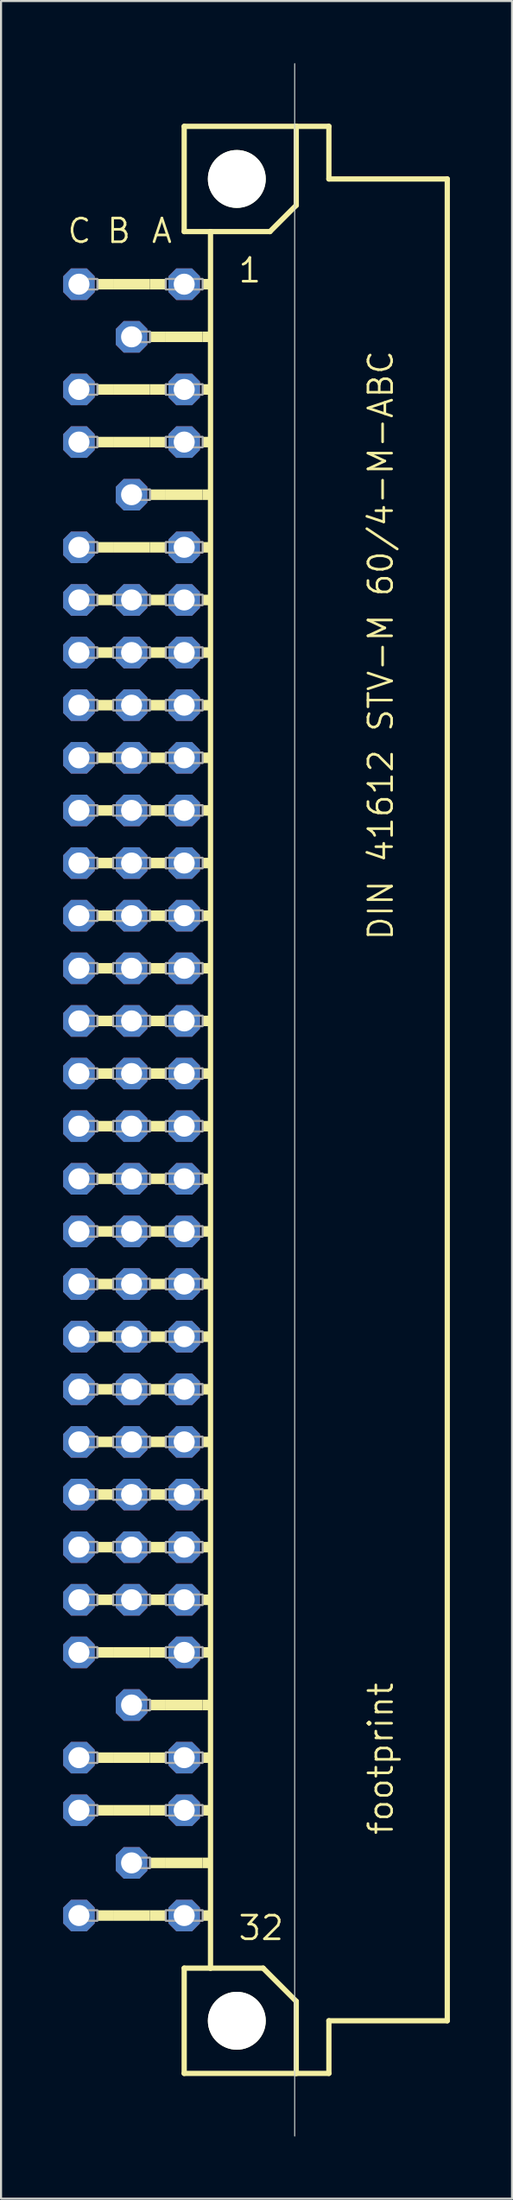
<source format=kicad_pcb>
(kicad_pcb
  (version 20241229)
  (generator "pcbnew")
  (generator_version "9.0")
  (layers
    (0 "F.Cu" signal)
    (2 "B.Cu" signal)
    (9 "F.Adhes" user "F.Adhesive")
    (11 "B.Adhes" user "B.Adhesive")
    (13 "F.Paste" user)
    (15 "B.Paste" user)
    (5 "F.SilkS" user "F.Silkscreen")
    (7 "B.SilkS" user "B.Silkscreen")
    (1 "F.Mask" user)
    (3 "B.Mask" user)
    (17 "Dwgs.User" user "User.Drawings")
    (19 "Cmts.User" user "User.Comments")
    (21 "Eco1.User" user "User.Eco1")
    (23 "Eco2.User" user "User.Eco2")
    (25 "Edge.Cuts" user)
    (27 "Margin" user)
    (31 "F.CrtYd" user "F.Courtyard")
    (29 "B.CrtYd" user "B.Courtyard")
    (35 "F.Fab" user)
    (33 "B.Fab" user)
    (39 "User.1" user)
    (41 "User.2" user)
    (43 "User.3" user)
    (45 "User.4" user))
  (footprint "footprint"
    (layer "F.Cu")
    (at 8.382 50.038)
    (property "Reference" "footprint" (at 7.62 35.56 90) (layer "F.SilkS") (effects (font (size 1.143 1.143) (thickness 0.127)) (justify left bottom)))
    (fp_line (start -2.54 -46.99) (end -2.54 -41.91) (stroke (width 0.254) (type solid)) (layer "F.SilkS"))
    (fp_line (start -2.54 -41.91) (end -1.27 -41.91) (stroke (width 0.254) (type solid)) (layer "F.SilkS"))
    (fp_line (start -2.54 41.91) (end -2.54 46.99) (stroke (width 0.254) (type solid)) (layer "F.SilkS"))
    (fp_line (start -2.54 41.91) (end -1.27 41.91) (stroke (width 0.254) (type solid)) (layer "F.SilkS"))
    (fp_line (start -2.54 46.99) (end 2.87 46.99) (stroke (width 0.254) (type solid)) (layer "F.SilkS"))
    (fp_line (start -1.27 -41.91) (end -1.27 41.91) (stroke (width 0.254) (type solid)) (layer "F.SilkS"))
    (fp_line (start -1.27 -41.91) (end 1.6 -41.91) (stroke (width 0.254) (type solid)) (layer "F.SilkS"))
    (fp_line (start -1.27 41.91) (end 1.27 41.91) (stroke (width 0.254) (type solid)) (layer "F.SilkS"))
    (fp_line (start 1.6 -41.91) (end 2.87 -43.18) (stroke (width 0.254) (type solid)) (layer "F.SilkS"))
    (fp_line (start 2.87 -46.99) (end -2.54 -46.99) (stroke (width 0.254) (type solid)) (layer "F.SilkS"))
    (fp_line (start 2.87 -43.18) (end 2.87 -46.99) (stroke (width 0.254) (type solid)) (layer "F.SilkS"))
    (fp_line (start 2.87 43.51) (end 1.27 41.91) (stroke (width 0.254) (type solid)) (layer "F.SilkS"))
    (fp_line (start 2.87 43.51) (end 2.87 46.99) (stroke (width 0.254) (type solid)) (layer "F.SilkS"))
    (fp_line (start 2.87 46.99) (end 4.445 46.99) (stroke (width 0.254) (type solid)) (layer "F.SilkS"))
    (fp_line (start 4.445 -46.99) (end 2.87 -46.99) (stroke (width 0.254) (type solid)) (layer "F.SilkS"))
    (fp_line (start 4.445 -44.45) (end 4.445 -46.99) (stroke (width 0.254) (type solid)) (layer "F.SilkS"))
    (fp_line (start 4.445 44.45) (end 10.16 44.45) (stroke (width 0.254) (type solid)) (layer "F.SilkS"))
    (fp_line (start 4.445 46.99) (end 4.445 44.45) (stroke (width 0.254) (type solid)) (layer "F.SilkS"))
    (fp_line (start 10.16 -44.45) (end 4.445 -44.45) (stroke (width 0.254) (type solid)) (layer "F.SilkS"))
    (fp_line (start 10.16 44.45) (end 10.16 -44.45) (stroke (width 0.254) (type solid)) (layer "F.SilkS"))
    (fp_circle (center 0 -44.45) (end 1.27 -44.45) (stroke (width 0.254) (type solid)) (fill no) (layer "F.SilkS"))
    (fp_circle (center 0 44.45) (end 1.27 44.45) (stroke (width 0.254) (type solid)) (fill no) (layer "F.SilkS"))
    (fp_poly (pts (xy -6.731 -39.116) (xy -5.969 -39.116) (xy -5.969 -39.624) (xy -6.731 -39.624)) (stroke (width 0) (type solid)) (fill yes) (layer "F.SilkS"))
    (fp_poly (pts (xy -6.731 -34.036) (xy -5.969 -34.036) (xy -5.969 -34.544) (xy -6.731 -34.544)) (stroke (width 0) (type solid)) (fill yes) (layer "F.SilkS"))
    (fp_poly (pts (xy -6.731 -31.496) (xy -5.969 -31.496) (xy -5.969 -32.004) (xy -6.731 -32.004)) (stroke (width 0) (type solid)) (fill yes) (layer "F.SilkS"))
    (fp_poly (pts (xy -6.731 -26.416) (xy -5.969 -26.416) (xy -5.969 -26.924) (xy -6.731 -26.924)) (stroke (width 0) (type solid)) (fill yes) (layer "F.SilkS"))
    (fp_poly (pts (xy -6.731 -23.876) (xy -5.969 -23.876) (xy -5.969 -24.384) (xy -6.731 -24.384)) (stroke (width 0) (type solid)) (fill yes) (layer "F.SilkS"))
    (fp_poly (pts (xy -6.731 -21.336) (xy -5.969 -21.336) (xy -5.969 -21.844) (xy -6.731 -21.844)) (stroke (width 0) (type solid)) (fill yes) (layer "F.SilkS"))
    (fp_poly (pts (xy -6.731 -18.796) (xy -5.969 -18.796) (xy -5.969 -19.304) (xy -6.731 -19.304)) (stroke (width 0) (type solid)) (fill yes) (layer "F.SilkS"))
    (fp_poly (pts (xy -6.731 -16.256) (xy -5.969 -16.256) (xy -5.969 -16.764) (xy -6.731 -16.764)) (stroke (width 0) (type solid)) (fill yes) (layer "F.SilkS"))
    (fp_poly (pts (xy -6.731 -13.716) (xy -5.969 -13.716) (xy -5.969 -14.224) (xy -6.731 -14.224)) (stroke (width 0) (type solid)) (fill yes) (layer "F.SilkS"))
    (fp_poly (pts (xy -6.731 -11.176) (xy -5.969 -11.176) (xy -5.969 -11.684) (xy -6.731 -11.684)) (stroke (width 0) (type solid)) (fill yes) (layer "F.SilkS"))
    (fp_poly (pts (xy -6.731 -8.636) (xy -5.969 -8.636) (xy -5.969 -9.144) (xy -6.731 -9.144)) (stroke (width 0) (type solid)) (fill yes) (layer "F.SilkS"))
    (fp_poly (pts (xy -6.731 -6.096) (xy -5.969 -6.096) (xy -5.969 -6.604) (xy -6.731 -6.604)) (stroke (width 0) (type solid)) (fill yes) (layer "F.SilkS"))
    (fp_poly (pts (xy -6.731 -3.556) (xy -5.969 -3.556) (xy -5.969 -4.064) (xy -6.731 -4.064)) (stroke (width 0) (type solid)) (fill yes) (layer "F.SilkS"))
    (fp_poly (pts (xy -6.731 -1.016) (xy -5.969 -1.016) (xy -5.969 -1.524) (xy -6.731 -1.524)) (stroke (width 0) (type solid)) (fill yes) (layer "F.SilkS"))
    (fp_poly (pts (xy -6.731 1.524) (xy -5.969 1.524) (xy -5.969 1.016) (xy -6.731 1.016)) (stroke (width 0) (type solid)) (fill yes) (layer "F.SilkS"))
    (fp_poly (pts (xy -6.731 4.064) (xy -5.969 4.064) (xy -5.969 3.556) (xy -6.731 3.556)) (stroke (width 0) (type solid)) (fill yes) (layer "F.SilkS"))
    (fp_poly (pts (xy -6.731 6.604) (xy -5.969 6.604) (xy -5.969 6.096) (xy -6.731 6.096)) (stroke (width 0) (type solid)) (fill yes) (layer "F.SilkS"))
    (fp_poly (pts (xy -6.731 9.144) (xy -5.969 9.144) (xy -5.969 8.636) (xy -6.731 8.636)) (stroke (width 0) (type solid)) (fill yes) (layer "F.SilkS"))
    (fp_poly (pts (xy -6.731 11.684) (xy -5.969 11.684) (xy -5.969 11.176) (xy -6.731 11.176)) (stroke (width 0) (type solid)) (fill yes) (layer "F.SilkS"))
    (fp_poly (pts (xy -6.731 14.224) (xy -5.969 14.224) (xy -5.969 13.716) (xy -6.731 13.716)) (stroke (width 0) (type solid)) (fill yes) (layer "F.SilkS"))
    (fp_poly (pts (xy -6.731 16.764) (xy -5.969 16.764) (xy -5.969 16.256) (xy -6.731 16.256)) (stroke (width 0) (type solid)) (fill yes) (layer "F.SilkS"))
    (fp_poly (pts (xy -6.731 19.304) (xy -5.969 19.304) (xy -5.969 18.796) (xy -6.731 18.796)) (stroke (width 0) (type solid)) (fill yes) (layer "F.SilkS"))
    (fp_poly (pts (xy -6.731 21.844) (xy -5.969 21.844) (xy -5.969 21.336) (xy -6.731 21.336)) (stroke (width 0) (type solid)) (fill yes) (layer "F.SilkS"))
    (fp_poly (pts (xy -6.731 24.384) (xy -5.969 24.384) (xy -5.969 23.876) (xy -6.731 23.876)) (stroke (width 0) (type solid)) (fill yes) (layer "F.SilkS"))
    (fp_poly (pts (xy -6.731 26.924) (xy -5.969 26.924) (xy -5.969 26.416) (xy -6.731 26.416)) (stroke (width 0) (type solid)) (fill yes) (layer "F.SilkS"))
    (fp_poly (pts (xy -6.731 32.004) (xy -5.969 32.004) (xy -5.969 31.496) (xy -6.731 31.496)) (stroke (width 0) (type solid)) (fill yes) (layer "F.SilkS"))
    (fp_poly (pts (xy -6.731 34.544) (xy -5.969 34.544) (xy -5.969 34.036) (xy -6.731 34.036)) (stroke (width 0) (type solid)) (fill yes) (layer "F.SilkS"))
    (fp_poly (pts (xy -6.731 39.624) (xy -5.969 39.624) (xy -5.969 39.116) (xy -6.731 39.116)) (stroke (width 0) (type solid)) (fill yes) (layer "F.SilkS"))
    (fp_poly (pts (xy -5.969 -39.116) (xy -4.191 -39.116) (xy -4.191 -39.624) (xy -5.969 -39.624)) (stroke (width 0) (type solid)) (fill yes) (layer "F.SilkS"))
    (fp_poly (pts (xy -5.969 -34.036) (xy -4.191 -34.036) (xy -4.191 -34.544) (xy -5.969 -34.544)) (stroke (width 0) (type solid)) (fill yes) (layer "F.SilkS"))
    (fp_poly (pts (xy -5.969 -31.496) (xy -4.191 -31.496) (xy -4.191 -32.004) (xy -5.969 -32.004)) (stroke (width 0) (type solid)) (fill yes) (layer "F.SilkS"))
    (fp_poly (pts (xy -5.969 -26.416) (xy -4.191 -26.416) (xy -4.191 -26.924) (xy -5.969 -26.924)) (stroke (width 0) (type solid)) (fill yes) (layer "F.SilkS"))
    (fp_poly (pts (xy -5.969 26.924) (xy -4.191 26.924) (xy -4.191 26.416) (xy -5.969 26.416)) (stroke (width 0) (type solid)) (fill yes) (layer "F.SilkS"))
    (fp_poly (pts (xy -5.969 32.004) (xy -4.191 32.004) (xy -4.191 31.496) (xy -5.969 31.496)) (stroke (width 0) (type solid)) (fill yes) (layer "F.SilkS"))
    (fp_poly (pts (xy -5.969 34.544) (xy -4.191 34.544) (xy -4.191 34.036) (xy -5.969 34.036)) (stroke (width 0) (type solid)) (fill yes) (layer "F.SilkS"))
    (fp_poly (pts (xy -5.969 39.624) (xy -4.191 39.624) (xy -4.191 39.116) (xy -5.969 39.116)) (stroke (width 0) (type solid)) (fill yes) (layer "F.SilkS"))
    (fp_poly (pts (xy -4.191 -39.116) (xy -3.429 -39.116) (xy -3.429 -39.624) (xy -4.191 -39.624)) (stroke (width 0) (type solid)) (fill yes) (layer "F.SilkS"))
    (fp_poly (pts (xy -4.191 -36.576) (xy -3.429 -36.576) (xy -3.429 -37.084) (xy -4.191 -37.084)) (stroke (width 0) (type solid)) (fill yes) (layer "F.SilkS"))
    (fp_poly (pts (xy -4.191 -34.036) (xy -3.429 -34.036) (xy -3.429 -34.544) (xy -4.191 -34.544)) (stroke (width 0) (type solid)) (fill yes) (layer "F.SilkS"))
    (fp_poly (pts (xy -4.191 -31.496) (xy -3.429 -31.496) (xy -3.429 -32.004) (xy -4.191 -32.004)) (stroke (width 0) (type solid)) (fill yes) (layer "F.SilkS"))
    (fp_poly (pts (xy -4.191 -28.956) (xy -3.429 -28.956) (xy -3.429 -29.464) (xy -4.191 -29.464)) (stroke (width 0) (type solid)) (fill yes) (layer "F.SilkS"))
    (fp_poly (pts (xy -4.191 -26.416) (xy -3.429 -26.416) (xy -3.429 -26.924) (xy -4.191 -26.924)) (stroke (width 0) (type solid)) (fill yes) (layer "F.SilkS"))
    (fp_poly (pts (xy -4.191 -23.876) (xy -3.429 -23.876) (xy -3.429 -24.384) (xy -4.191 -24.384)) (stroke (width 0) (type solid)) (fill yes) (layer "F.SilkS"))
    (fp_poly (pts (xy -4.191 -21.336) (xy -3.429 -21.336) (xy -3.429 -21.844) (xy -4.191 -21.844)) (stroke (width 0) (type solid)) (fill yes) (layer "F.SilkS"))
    (fp_poly (pts (xy -4.191 -18.796) (xy -3.429 -18.796) (xy -3.429 -19.304) (xy -4.191 -19.304)) (stroke (width 0) (type solid)) (fill yes) (layer "F.SilkS"))
    (fp_poly (pts (xy -4.191 -16.256) (xy -3.429 -16.256) (xy -3.429 -16.764) (xy -4.191 -16.764)) (stroke (width 0) (type solid)) (fill yes) (layer "F.SilkS"))
    (fp_poly (pts (xy -4.191 -13.716) (xy -3.429 -13.716) (xy -3.429 -14.224) (xy -4.191 -14.224)) (stroke (width 0) (type solid)) (fill yes) (layer "F.SilkS"))
    (fp_poly (pts (xy -4.191 -11.176) (xy -3.429 -11.176) (xy -3.429 -11.684) (xy -4.191 -11.684)) (stroke (width 0) (type solid)) (fill yes) (layer "F.SilkS"))
    (fp_poly (pts (xy -4.191 -8.636) (xy -3.429 -8.636) (xy -3.429 -9.144) (xy -4.191 -9.144)) (stroke (width 0) (type solid)) (fill yes) (layer "F.SilkS"))
    (fp_poly (pts (xy -4.191 -6.096) (xy -3.429 -6.096) (xy -3.429 -6.604) (xy -4.191 -6.604)) (stroke (width 0) (type solid)) (fill yes) (layer "F.SilkS"))
    (fp_poly (pts (xy -4.191 -3.556) (xy -3.429 -3.556) (xy -3.429 -4.064) (xy -4.191 -4.064)) (stroke (width 0) (type solid)) (fill yes) (layer "F.SilkS"))
    (fp_poly (pts (xy -4.191 -1.016) (xy -3.429 -1.016) (xy -3.429 -1.524) (xy -4.191 -1.524)) (stroke (width 0) (type solid)) (fill yes) (layer "F.SilkS"))
    (fp_poly (pts (xy -4.191 1.524) (xy -3.429 1.524) (xy -3.429 1.016) (xy -4.191 1.016)) (stroke (width 0) (type solid)) (fill yes) (layer "F.SilkS"))
    (fp_poly (pts (xy -4.191 4.064) (xy -3.429 4.064) (xy -3.429 3.556) (xy -4.191 3.556)) (stroke (width 0) (type solid)) (fill yes) (layer "F.SilkS"))
    (fp_poly (pts (xy -4.191 6.604) (xy -3.429 6.604) (xy -3.429 6.096) (xy -4.191 6.096)) (stroke (width 0) (type solid)) (fill yes) (layer "F.SilkS"))
    (fp_poly (pts (xy -4.191 9.144) (xy -3.429 9.144) (xy -3.429 8.636) (xy -4.191 8.636)) (stroke (width 0) (type solid)) (fill yes) (layer "F.SilkS"))
    (fp_poly (pts (xy -4.191 11.684) (xy -3.429 11.684) (xy -3.429 11.176) (xy -4.191 11.176)) (stroke (width 0) (type solid)) (fill yes) (layer "F.SilkS"))
    (fp_poly (pts (xy -4.191 14.224) (xy -3.429 14.224) (xy -3.429 13.716) (xy -4.191 13.716)) (stroke (width 0) (type solid)) (fill yes) (layer "F.SilkS"))
    (fp_poly (pts (xy -4.191 16.764) (xy -3.429 16.764) (xy -3.429 16.256) (xy -4.191 16.256)) (stroke (width 0) (type solid)) (fill yes) (layer "F.SilkS"))
    (fp_poly (pts (xy -4.191 19.304) (xy -3.429 19.304) (xy -3.429 18.796) (xy -4.191 18.796)) (stroke (width 0) (type solid)) (fill yes) (layer "F.SilkS"))
    (fp_poly (pts (xy -4.191 21.844) (xy -3.429 21.844) (xy -3.429 21.336) (xy -4.191 21.336)) (stroke (width 0) (type solid)) (fill yes) (layer "F.SilkS"))
    (fp_poly (pts (xy -4.191 24.384) (xy -3.429 24.384) (xy -3.429 23.876) (xy -4.191 23.876)) (stroke (width 0) (type solid)) (fill yes) (layer "F.SilkS"))
    (fp_poly (pts (xy -4.191 26.924) (xy -3.429 26.924) (xy -3.429 26.416) (xy -4.191 26.416)) (stroke (width 0) (type solid)) (fill yes) (layer "F.SilkS"))
    (fp_poly (pts (xy -4.191 29.464) (xy -3.429 29.464) (xy -3.429 28.956) (xy -4.191 28.956)) (stroke (width 0) (type solid)) (fill yes) (layer "F.SilkS"))
    (fp_poly (pts (xy -4.191 32.004) (xy -3.429 32.004) (xy -3.429 31.496) (xy -4.191 31.496)) (stroke (width 0) (type solid)) (fill yes) (layer "F.SilkS"))
    (fp_poly (pts (xy -4.191 34.544) (xy -3.429 34.544) (xy -3.429 34.036) (xy -4.191 34.036)) (stroke (width 0) (type solid)) (fill yes) (layer "F.SilkS"))
    (fp_poly (pts (xy -4.191 37.084) (xy -3.429 37.084) (xy -3.429 36.576) (xy -4.191 36.576)) (stroke (width 0) (type solid)) (fill yes) (layer "F.SilkS"))
    (fp_poly (pts (xy -4.191 39.624) (xy -3.429 39.624) (xy -3.429 39.116) (xy -4.191 39.116)) (stroke (width 0) (type solid)) (fill yes) (layer "F.SilkS"))
    (fp_poly (pts (xy -3.429 -36.576) (xy -1.651 -36.576) (xy -1.651 -37.084) (xy -3.429 -37.084)) (stroke (width 0) (type solid)) (fill yes) (layer "F.SilkS"))
    (fp_poly (pts (xy -3.429 -28.956) (xy -1.651 -28.956) (xy -1.651 -29.464) (xy -3.429 -29.464)) (stroke (width 0) (type solid)) (fill yes) (layer "F.SilkS"))
    (fp_poly (pts (xy -3.429 29.464) (xy -1.651 29.464) (xy -1.651 28.956) (xy -3.429 28.956)) (stroke (width 0) (type solid)) (fill yes) (layer "F.SilkS"))
    (fp_poly (pts (xy -3.429 37.084) (xy -1.651 37.084) (xy -1.651 36.576) (xy -3.429 36.576)) (stroke (width 0) (type solid)) (fill yes) (layer "F.SilkS"))
    (fp_poly (pts (xy -1.651 -39.116) (xy -1.27 -39.116) (xy -1.27 -39.624) (xy -1.651 -39.624)) (stroke (width 0) (type solid)) (fill yes) (layer "F.SilkS"))
    (fp_poly (pts (xy -1.651 -36.576) (xy -1.27 -36.576) (xy -1.27 -37.084) (xy -1.651 -37.084)) (stroke (width 0) (type solid)) (fill yes) (layer "F.SilkS"))
    (fp_poly (pts (xy -1.651 -34.036) (xy -1.27 -34.036) (xy -1.27 -34.544) (xy -1.651 -34.544)) (stroke (width 0) (type solid)) (fill yes) (layer "F.SilkS"))
    (fp_poly (pts (xy -1.651 -31.496) (xy -1.27 -31.496) (xy -1.27 -32.004) (xy -1.651 -32.004)) (stroke (width 0) (type solid)) (fill yes) (layer "F.SilkS"))
    (fp_poly (pts (xy -1.651 -28.956) (xy -1.27 -28.956) (xy -1.27 -29.464) (xy -1.651 -29.464)) (stroke (width 0) (type solid)) (fill yes) (layer "F.SilkS"))
    (fp_poly (pts (xy -1.651 -26.416) (xy -1.27 -26.416) (xy -1.27 -26.924) (xy -1.651 -26.924)) (stroke (width 0) (type solid)) (fill yes) (layer "F.SilkS"))
    (fp_poly (pts (xy -1.651 -23.876) (xy -1.27 -23.876) (xy -1.27 -24.384) (xy -1.651 -24.384)) (stroke (width 0) (type solid)) (fill yes) (layer "F.SilkS"))
    (fp_poly (pts (xy -1.651 -21.336) (xy -1.27 -21.336) (xy -1.27 -21.844) (xy -1.651 -21.844)) (stroke (width 0) (type solid)) (fill yes) (layer "F.SilkS"))
    (fp_poly (pts (xy -1.651 -18.796) (xy -1.27 -18.796) (xy -1.27 -19.304) (xy -1.651 -19.304)) (stroke (width 0) (type solid)) (fill yes) (layer "F.SilkS"))
    (fp_poly (pts (xy -1.651 -16.256) (xy -1.27 -16.256) (xy -1.27 -16.764) (xy -1.651 -16.764)) (stroke (width 0) (type solid)) (fill yes) (layer "F.SilkS"))
    (fp_poly (pts (xy -1.651 -13.716) (xy -1.27 -13.716) (xy -1.27 -14.224) (xy -1.651 -14.224)) (stroke (width 0) (type solid)) (fill yes) (layer "F.SilkS"))
    (fp_poly (pts (xy -1.651 -11.176) (xy -1.27 -11.176) (xy -1.27 -11.684) (xy -1.651 -11.684)) (stroke (width 0) (type solid)) (fill yes) (layer "F.SilkS"))
    (fp_poly (pts (xy -1.651 -8.636) (xy -1.27 -8.636) (xy -1.27 -9.144) (xy -1.651 -9.144)) (stroke (width 0) (type solid)) (fill yes) (layer "F.SilkS"))
    (fp_poly (pts (xy -1.651 -6.096) (xy -1.27 -6.096) (xy -1.27 -6.604) (xy -1.651 -6.604)) (stroke (width 0) (type solid)) (fill yes) (layer "F.SilkS"))
    (fp_poly (pts (xy -1.651 -3.556) (xy -1.27 -3.556) (xy -1.27 -4.064) (xy -1.651 -4.064)) (stroke (width 0) (type solid)) (fill yes) (layer "F.SilkS"))
    (fp_poly (pts (xy -1.651 -1.016) (xy -1.27 -1.016) (xy -1.27 -1.524) (xy -1.651 -1.524)) (stroke (width 0) (type solid)) (fill yes) (layer "F.SilkS"))
    (fp_poly (pts (xy -1.651 1.524) (xy -1.27 1.524) (xy -1.27 1.016) (xy -1.651 1.016)) (stroke (width 0) (type solid)) (fill yes) (layer "F.SilkS"))
    (fp_poly (pts (xy -1.651 4.064) (xy -1.27 4.064) (xy -1.27 3.556) (xy -1.651 3.556)) (stroke (width 0) (type solid)) (fill yes) (layer "F.SilkS"))
    (fp_poly (pts (xy -1.651 6.604) (xy -1.27 6.604) (xy -1.27 6.096) (xy -1.651 6.096)) (stroke (width 0) (type solid)) (fill yes) (layer "F.SilkS"))
    (fp_poly (pts (xy -1.651 9.144) (xy -1.27 9.144) (xy -1.27 8.636) (xy -1.651 8.636)) (stroke (width 0) (type solid)) (fill yes) (layer "F.SilkS"))
    (fp_poly (pts (xy -1.651 11.684) (xy -1.27 11.684) (xy -1.27 11.176) (xy -1.651 11.176)) (stroke (width 0) (type solid)) (fill yes) (layer "F.SilkS"))
    (fp_poly (pts (xy -1.651 14.224) (xy -1.27 14.224) (xy -1.27 13.716) (xy -1.651 13.716)) (stroke (width 0) (type solid)) (fill yes) (layer "F.SilkS"))
    (fp_poly (pts (xy -1.651 16.764) (xy -1.27 16.764) (xy -1.27 16.256) (xy -1.651 16.256)) (stroke (width 0) (type solid)) (fill yes) (layer "F.SilkS"))
    (fp_poly (pts (xy -1.651 19.304) (xy -1.27 19.304) (xy -1.27 18.796) (xy -1.651 18.796)) (stroke (width 0) (type solid)) (fill yes) (layer "F.SilkS"))
    (fp_poly (pts (xy -1.651 21.844) (xy -1.27 21.844) (xy -1.27 21.336) (xy -1.651 21.336)) (stroke (width 0) (type solid)) (fill yes) (layer "F.SilkS"))
    (fp_poly (pts (xy -1.651 24.384) (xy -1.27 24.384) (xy -1.27 23.876) (xy -1.651 23.876)) (stroke (width 0) (type solid)) (fill yes) (layer "F.SilkS"))
    (fp_poly (pts (xy -1.651 26.924) (xy -1.27 26.924) (xy -1.27 26.416) (xy -1.651 26.416)) (stroke (width 0) (type solid)) (fill yes) (layer "F.SilkS"))
    (fp_poly (pts (xy -1.651 29.464) (xy -1.27 29.464) (xy -1.27 28.956) (xy -1.651 28.956)) (stroke (width 0) (type solid)) (fill yes) (layer "F.SilkS"))
    (fp_poly (pts (xy -1.651 32.004) (xy -1.27 32.004) (xy -1.27 31.496) (xy -1.651 31.496)) (stroke (width 0) (type solid)) (fill yes) (layer "F.SilkS"))
    (fp_poly (pts (xy -1.651 34.544) (xy -1.27 34.544) (xy -1.27 34.036) (xy -1.651 34.036)) (stroke (width 0) (type solid)) (fill yes) (layer "F.SilkS"))
    (fp_poly (pts (xy -1.651 37.084) (xy -1.27 37.084) (xy -1.27 36.576) (xy -1.651 36.576)) (stroke (width 0) (type solid)) (fill yes) (layer "F.SilkS"))
    (fp_poly (pts (xy -1.651 39.624) (xy -1.27 39.624) (xy -1.27 39.116) (xy -1.651 39.116)) (stroke (width 0) (type solid)) (fill yes) (layer "F.SilkS"))
    (fp_line (start 2.794 50.013) (end 2.794 -50.013) (stroke (width 0.05) (type solid)) (layer "Edge.Cuts"))
    (fp_poly (pts (xy -7.874 -39.116) (xy -6.731 -39.116) (xy -6.731 -39.624) (xy -7.874 -39.624)) (stroke (width 0.1) (type solid)) (fill no) (layer "F.Fab"))
    (fp_poly (pts (xy -7.874 -34.036) (xy -6.731 -34.036) (xy -6.731 -34.544) (xy -7.874 -34.544)) (stroke (width 0.1) (type solid)) (fill no) (layer "F.Fab"))
    (fp_poly (pts (xy -7.874 -31.496) (xy -6.731 -31.496) (xy -6.731 -32.004) (xy -7.874 -32.004)) (stroke (width 0.1) (type solid)) (fill no) (layer "F.Fab"))
    (fp_poly (pts (xy -7.874 -26.416) (xy -6.731 -26.416) (xy -6.731 -26.924) (xy -7.874 -26.924)) (stroke (width 0.1) (type solid)) (fill no) (layer "F.Fab"))
    (fp_poly (pts (xy -7.874 -23.876) (xy -6.731 -23.876) (xy -6.731 -24.384) (xy -7.874 -24.384)) (stroke (width 0.1) (type solid)) (fill no) (layer "F.Fab"))
    (fp_poly (pts (xy -7.874 -21.336) (xy -6.731 -21.336) (xy -6.731 -21.844) (xy -7.874 -21.844)) (stroke (width 0.1) (type solid)) (fill no) (layer "F.Fab"))
    (fp_poly (pts (xy -7.874 -18.796) (xy -6.731 -18.796) (xy -6.731 -19.304) (xy -7.874 -19.304)) (stroke (width 0.1) (type solid)) (fill no) (layer "F.Fab"))
    (fp_poly (pts (xy -7.874 -16.256) (xy -6.731 -16.256) (xy -6.731 -16.764) (xy -7.874 -16.764)) (stroke (width 0.1) (type solid)) (fill no) (layer "F.Fab"))
    (fp_poly (pts (xy -7.874 -13.716) (xy -6.731 -13.716) (xy -6.731 -14.224) (xy -7.874 -14.224)) (stroke (width 0.1) (type solid)) (fill no) (layer "F.Fab"))
    (fp_poly (pts (xy -7.874 -11.176) (xy -6.731 -11.176) (xy -6.731 -11.684) (xy -7.874 -11.684)) (stroke (width 0.1) (type solid)) (fill no) (layer "F.Fab"))
    (fp_poly (pts (xy -7.874 -8.636) (xy -6.731 -8.636) (xy -6.731 -9.144) (xy -7.874 -9.144)) (stroke (width 0.1) (type solid)) (fill no) (layer "F.Fab"))
    (fp_poly (pts (xy -7.874 -6.096) (xy -6.731 -6.096) (xy -6.731 -6.604) (xy -7.874 -6.604)) (stroke (width 0.1) (type solid)) (fill no) (layer "F.Fab"))
    (fp_poly (pts (xy -7.874 -3.556) (xy -6.731 -3.556) (xy -6.731 -4.064) (xy -7.874 -4.064)) (stroke (width 0.1) (type solid)) (fill no) (layer "F.Fab"))
    (fp_poly (pts (xy -7.874 -1.016) (xy -6.731 -1.016) (xy -6.731 -1.524) (xy -7.874 -1.524)) (stroke (width 0.1) (type solid)) (fill no) (layer "F.Fab"))
    (fp_poly (pts (xy -7.874 1.524) (xy -6.731 1.524) (xy -6.731 1.016) (xy -7.874 1.016)) (stroke (width 0.1) (type solid)) (fill no) (layer "F.Fab"))
    (fp_poly (pts (xy -7.874 4.064) (xy -6.731 4.064) (xy -6.731 3.556) (xy -7.874 3.556)) (stroke (width 0.1) (type solid)) (fill no) (layer "F.Fab"))
    (fp_poly (pts (xy -7.874 6.604) (xy -6.731 6.604) (xy -6.731 6.096) (xy -7.874 6.096)) (stroke (width 0.1) (type solid)) (fill no) (layer "F.Fab"))
    (fp_poly (pts (xy -7.874 9.144) (xy -6.731 9.144) (xy -6.731 8.636) (xy -7.874 8.636)) (stroke (width 0.1) (type solid)) (fill no) (layer "F.Fab"))
    (fp_poly (pts (xy -7.874 11.684) (xy -6.731 11.684) (xy -6.731 11.176) (xy -7.874 11.176)) (stroke (width 0.1) (type solid)) (fill no) (layer "F.Fab"))
    (fp_poly (pts (xy -7.874 14.224) (xy -6.731 14.224) (xy -6.731 13.716) (xy -7.874 13.716)) (stroke (width 0.1) (type solid)) (fill no) (layer "F.Fab"))
    (fp_poly (pts (xy -7.874 16.764) (xy -6.731 16.764) (xy -6.731 16.256) (xy -7.874 16.256)) (stroke (width 0.1) (type solid)) (fill no) (layer "F.Fab"))
    (fp_poly (pts (xy -7.874 19.304) (xy -6.731 19.304) (xy -6.731 18.796) (xy -7.874 18.796)) (stroke (width 0.1) (type solid)) (fill no) (layer "F.Fab"))
    (fp_poly (pts (xy -7.874 21.844) (xy -6.731 21.844) (xy -6.731 21.336) (xy -7.874 21.336)) (stroke (width 0.1) (type solid)) (fill no) (layer "F.Fab"))
    (fp_poly (pts (xy -7.874 24.384) (xy -6.731 24.384) (xy -6.731 23.876) (xy -7.874 23.876)) (stroke (width 0.1) (type solid)) (fill no) (layer "F.Fab"))
    (fp_poly (pts (xy -7.874 26.924) (xy -6.731 26.924) (xy -6.731 26.416) (xy -7.874 26.416)) (stroke (width 0.1) (type solid)) (fill no) (layer "F.Fab"))
    (fp_poly (pts (xy -7.874 32.004) (xy -6.731 32.004) (xy -6.731 31.496) (xy -7.874 31.496)) (stroke (width 0.1) (type solid)) (fill no) (layer "F.Fab"))
    (fp_poly (pts (xy -7.874 34.544) (xy -6.731 34.544) (xy -6.731 34.036) (xy -7.874 34.036)) (stroke (width 0.1) (type solid)) (fill no) (layer "F.Fab"))
    (fp_poly (pts (xy -7.874 39.624) (xy -6.731 39.624) (xy -6.731 39.116) (xy -7.874 39.116)) (stroke (width 0.1) (type solid)) (fill no) (layer "F.Fab"))
    (fp_poly (pts (xy -5.969 -23.876) (xy -4.191 -23.876) (xy -4.191 -24.384) (xy -5.969 -24.384)) (stroke (width 0.1) (type solid)) (fill no) (layer "F.Fab"))
    (fp_poly (pts (xy -5.969 -21.336) (xy -4.191 -21.336) (xy -4.191 -21.844) (xy -5.969 -21.844)) (stroke (width 0.1) (type solid)) (fill no) (layer "F.Fab"))
    (fp_poly (pts (xy -5.969 -18.796) (xy -4.191 -18.796) (xy -4.191 -19.304) (xy -5.969 -19.304)) (stroke (width 0.1) (type solid)) (fill no) (layer "F.Fab"))
    (fp_poly (pts (xy -5.969 -16.256) (xy -4.191 -16.256) (xy -4.191 -16.764) (xy -5.969 -16.764)) (stroke (width 0.1) (type solid)) (fill no) (layer "F.Fab"))
    (fp_poly (pts (xy -5.969 -13.716) (xy -4.191 -13.716) (xy -4.191 -14.224) (xy -5.969 -14.224)) (stroke (width 0.1) (type solid)) (fill no) (layer "F.Fab"))
    (fp_poly (pts (xy -5.969 -11.176) (xy -4.191 -11.176) (xy -4.191 -11.684) (xy -5.969 -11.684)) (stroke (width 0.1) (type solid)) (fill no) (layer "F.Fab"))
    (fp_poly (pts (xy -5.969 -8.636) (xy -4.191 -8.636) (xy -4.191 -9.144) (xy -5.969 -9.144)) (stroke (width 0.1) (type solid)) (fill no) (layer "F.Fab"))
    (fp_poly (pts (xy -5.969 -6.096) (xy -4.191 -6.096) (xy -4.191 -6.604) (xy -5.969 -6.604)) (stroke (width 0.1) (type solid)) (fill no) (layer "F.Fab"))
    (fp_poly (pts (xy -5.969 -3.556) (xy -4.191 -3.556) (xy -4.191 -4.064) (xy -5.969 -4.064)) (stroke (width 0.1) (type solid)) (fill no) (layer "F.Fab"))
    (fp_poly (pts (xy -5.969 -1.016) (xy -4.191 -1.016) (xy -4.191 -1.524) (xy -5.969 -1.524)) (stroke (width 0.1) (type solid)) (fill no) (layer "F.Fab"))
    (fp_poly (pts (xy -5.969 1.524) (xy -4.191 1.524) (xy -4.191 1.016) (xy -5.969 1.016)) (stroke (width 0.1) (type solid)) (fill no) (layer "F.Fab"))
    (fp_poly (pts (xy -5.969 4.064) (xy -4.191 4.064) (xy -4.191 3.556) (xy -5.969 3.556)) (stroke (width 0.1) (type solid)) (fill no) (layer "F.Fab"))
    (fp_poly (pts (xy -5.969 6.604) (xy -4.191 6.604) (xy -4.191 6.096) (xy -5.969 6.096)) (stroke (width 0.1) (type solid)) (fill no) (layer "F.Fab"))
    (fp_poly (pts (xy -5.969 9.144) (xy -4.191 9.144) (xy -4.191 8.636) (xy -5.969 8.636)) (stroke (width 0.1) (type solid)) (fill no) (layer "F.Fab"))
    (fp_poly (pts (xy -5.969 11.684) (xy -4.191 11.684) (xy -4.191 11.176) (xy -5.969 11.176)) (stroke (width 0.1) (type solid)) (fill no) (layer "F.Fab"))
    (fp_poly (pts (xy -5.969 14.224) (xy -4.191 14.224) (xy -4.191 13.716) (xy -5.969 13.716)) (stroke (width 0.1) (type solid)) (fill no) (layer "F.Fab"))
    (fp_poly (pts (xy -5.969 16.764) (xy -4.191 16.764) (xy -4.191 16.256) (xy -5.969 16.256)) (stroke (width 0.1) (type solid)) (fill no) (layer "F.Fab"))
    (fp_poly (pts (xy -5.969 19.304) (xy -4.191 19.304) (xy -4.191 18.796) (xy -5.969 18.796)) (stroke (width 0.1) (type solid)) (fill no) (layer "F.Fab"))
    (fp_poly (pts (xy -5.969 21.844) (xy -4.191 21.844) (xy -4.191 21.336) (xy -5.969 21.336)) (stroke (width 0.1) (type solid)) (fill no) (layer "F.Fab"))
    (fp_poly (pts (xy -5.969 24.384) (xy -4.191 24.384) (xy -4.191 23.876) (xy -5.969 23.876)) (stroke (width 0.1) (type solid)) (fill no) (layer "F.Fab"))
    (fp_poly (pts (xy -5.334 -36.576) (xy -4.191 -36.576) (xy -4.191 -37.084) (xy -5.334 -37.084)) (stroke (width 0.1) (type solid)) (fill no) (layer "F.Fab"))
    (fp_poly (pts (xy -5.334 -28.956) (xy -4.191 -28.956) (xy -4.191 -29.464) (xy -5.334 -29.464)) (stroke (width 0.1) (type solid)) (fill no) (layer "F.Fab"))
    (fp_poly (pts (xy -5.334 29.464) (xy -4.191 29.464) (xy -4.191 28.956) (xy -5.334 28.956)) (stroke (width 0.1) (type solid)) (fill no) (layer "F.Fab"))
    (fp_poly (pts (xy -5.334 37.084) (xy -4.191 37.084) (xy -4.191 36.576) (xy -5.334 36.576)) (stroke (width 0.1) (type solid)) (fill no) (layer "F.Fab"))
    (fp_poly (pts (xy -3.429 -39.116) (xy -1.651 -39.116) (xy -1.651 -39.624) (xy -3.429 -39.624)) (stroke (width 0.1) (type solid)) (fill no) (layer "F.Fab"))
    (fp_poly (pts (xy -3.429 -34.036) (xy -1.651 -34.036) (xy -1.651 -34.544) (xy -3.429 -34.544)) (stroke (width 0.1) (type solid)) (fill no) (layer "F.Fab"))
    (fp_poly (pts (xy -3.429 -31.496) (xy -1.651 -31.496) (xy -1.651 -32.004) (xy -3.429 -32.004)) (stroke (width 0.1) (type solid)) (fill no) (layer "F.Fab"))
    (fp_poly (pts (xy -3.429 -26.416) (xy -1.651 -26.416) (xy -1.651 -26.924) (xy -3.429 -26.924)) (stroke (width 0.1) (type solid)) (fill no) (layer "F.Fab"))
    (fp_poly (pts (xy -3.429 -23.876) (xy -1.651 -23.876) (xy -1.651 -24.384) (xy -3.429 -24.384)) (stroke (width 0.1) (type solid)) (fill no) (layer "F.Fab"))
    (fp_poly (pts (xy -3.429 -21.336) (xy -1.651 -21.336) (xy -1.651 -21.844) (xy -3.429 -21.844)) (stroke (width 0.1) (type solid)) (fill no) (layer "F.Fab"))
    (fp_poly (pts (xy -3.429 -18.796) (xy -1.651 -18.796) (xy -1.651 -19.304) (xy -3.429 -19.304)) (stroke (width 0.1) (type solid)) (fill no) (layer "F.Fab"))
    (fp_poly (pts (xy -3.429 -16.256) (xy -1.651 -16.256) (xy -1.651 -16.764) (xy -3.429 -16.764)) (stroke (width 0.1) (type solid)) (fill no) (layer "F.Fab"))
    (fp_poly (pts (xy -3.429 -13.716) (xy -1.651 -13.716) (xy -1.651 -14.224) (xy -3.429 -14.224)) (stroke (width 0.1) (type solid)) (fill no) (layer "F.Fab"))
    (fp_poly (pts (xy -3.429 -11.176) (xy -1.651 -11.176) (xy -1.651 -11.684) (xy -3.429 -11.684)) (stroke (width 0.1) (type solid)) (fill no) (layer "F.Fab"))
    (fp_poly (pts (xy -3.429 -8.636) (xy -1.651 -8.636) (xy -1.651 -9.144) (xy -3.429 -9.144)) (stroke (width 0.1) (type solid)) (fill no) (layer "F.Fab"))
    (fp_poly (pts (xy -3.429 -6.096) (xy -1.651 -6.096) (xy -1.651 -6.604) (xy -3.429 -6.604)) (stroke (width 0.1) (type solid)) (fill no) (layer "F.Fab"))
    (fp_poly (pts (xy -3.429 -3.556) (xy -1.651 -3.556) (xy -1.651 -4.064) (xy -3.429 -4.064)) (stroke (width 0.1) (type solid)) (fill no) (layer "F.Fab"))
    (fp_poly (pts (xy -3.429 -1.016) (xy -1.651 -1.016) (xy -1.651 -1.524) (xy -3.429 -1.524)) (stroke (width 0.1) (type solid)) (fill no) (layer "F.Fab"))
    (fp_poly (pts (xy -3.429 1.524) (xy -1.651 1.524) (xy -1.651 1.016) (xy -3.429 1.016)) (stroke (width 0.1) (type solid)) (fill no) (layer "F.Fab"))
    (fp_poly (pts (xy -3.429 4.064) (xy -1.651 4.064) (xy -1.651 3.556) (xy -3.429 3.556)) (stroke (width 0.1) (type solid)) (fill no) (layer "F.Fab"))
    (fp_poly (pts (xy -3.429 6.604) (xy -1.651 6.604) (xy -1.651 6.096) (xy -3.429 6.096)) (stroke (width 0.1) (type solid)) (fill no) (layer "F.Fab"))
    (fp_poly (pts (xy -3.429 9.144) (xy -1.651 9.144) (xy -1.651 8.636) (xy -3.429 8.636)) (stroke (width 0.1) (type solid)) (fill no) (layer "F.Fab"))
    (fp_poly (pts (xy -3.429 11.684) (xy -1.651 11.684) (xy -1.651 11.176) (xy -3.429 11.176)) (stroke (width 0.1) (type solid)) (fill no) (layer "F.Fab"))
    (fp_poly (pts (xy -3.429 14.224) (xy -1.651 14.224) (xy -1.651 13.716) (xy -3.429 13.716)) (stroke (width 0.1) (type solid)) (fill no) (layer "F.Fab"))
    (fp_poly (pts (xy -3.429 16.764) (xy -1.651 16.764) (xy -1.651 16.256) (xy -3.429 16.256)) (stroke (width 0.1) (type solid)) (fill no) (layer "F.Fab"))
    (fp_poly (pts (xy -3.429 19.304) (xy -1.651 19.304) (xy -1.651 18.796) (xy -3.429 18.796)) (stroke (width 0.1) (type solid)) (fill no) (layer "F.Fab"))
    (fp_poly (pts (xy -3.429 21.844) (xy -1.651 21.844) (xy -1.651 21.336) (xy -3.429 21.336)) (stroke (width 0.1) (type solid)) (fill no) (layer "F.Fab"))
    (fp_poly (pts (xy -3.429 24.384) (xy -1.651 24.384) (xy -1.651 23.876) (xy -3.429 23.876)) (stroke (width 0.1) (type solid)) (fill no) (layer "F.Fab"))
    (fp_poly (pts (xy -3.429 26.924) (xy -1.651 26.924) (xy -1.651 26.416) (xy -3.429 26.416)) (stroke (width 0.1) (type solid)) (fill no) (layer "F.Fab"))
    (fp_poly (pts (xy -3.429 32.004) (xy -1.651 32.004) (xy -1.651 31.496) (xy -3.429 31.496)) (stroke (width 0.1) (type solid)) (fill no) (layer "F.Fab"))
    (fp_poly (pts (xy -3.429 34.544) (xy -1.651 34.544) (xy -1.651 34.036) (xy -3.429 34.036)) (stroke (width 0.1) (type solid)) (fill no) (layer "F.Fab"))
    (fp_poly (pts (xy -3.429 39.624) (xy -1.651 39.624) (xy -1.651 39.116) (xy -3.429 39.116)) (stroke (width 0.1) (type solid)) (fill no) (layer "F.Fab"))
    (fp_text user "A" (at -4.191 -41.275 0) (layer "F.SilkS") (effects (font (size 1.143 1.143) (thickness 0.127)) (justify left bottom)))
    (fp_text user "32" (at 0 40.64 0) (layer "F.SilkS") (effects (font (size 1.143 1.143) (thickness 0.127)) (justify left bottom)))
    (fp_text user "C" (at -8.255 -41.275 0) (layer "F.SilkS") (effects (font (size 1.143 1.143) (thickness 0.127)) (justify left bottom)))
    (fp_text user "DIN 41612 STV-M 60/4-M-ABC" (at 7.62 -7.62 90) (layer "F.SilkS") (effects (font (size 1.143 1.143) (thickness 0.127)) (justify left bottom)))
    (fp_text user "1" (at 0 -39.37 0) (layer "F.SilkS") (effects (font (size 1.143 1.143) (thickness 0.127)) (justify left bottom)))
    (fp_text user "B" (at -6.35 -41.275 0) (layer "F.SilkS") (effects (font (size 1.143 1.143) (thickness 0.127)) (justify left bottom)))
    (pad "" np_thru_hole circle (at 0 -44.45) (size 2.794 2.794) (drill 2.794) (layers "*.Cu" "*.Mask"))
    (pad "" np_thru_hole circle (at 0 44.45) (size 2.794 2.794) (drill 2.794) (layers "*.Cu" "*.Mask"))
    (pad "A1" thru_hole roundrect (at -2.54 -39.37) (size 1.524 1.524) (drill 1.016) (layers "*.Cu" "*.Mask") (roundrect_rratio 0.25) (chamfer_ratio 0.25) (chamfer top_left top_right bottom_left bottom_right))
    (pad "A3" thru_hole roundrect (at -2.54 -34.29) (size 1.524 1.524) (drill 1.016) (layers "*.Cu" "*.Mask") (roundrect_rratio 0.25) (chamfer_ratio 0.25) (chamfer top_left top_right bottom_left bottom_right))
    (pad "A4" thru_hole roundrect (at -2.54 -31.75) (size 1.524 1.524) (drill 1.016) (layers "*.Cu" "*.Mask") (roundrect_rratio 0.25) (chamfer_ratio 0.25) (chamfer top_left top_right bottom_left bottom_right))
    (pad "A6" thru_hole roundrect (at -2.54 -26.67) (size 1.524 1.524) (drill 1.016) (layers "*.Cu" "*.Mask") (roundrect_rratio 0.25) (chamfer_ratio 0.25) (chamfer top_left top_right bottom_left bottom_right))
    (pad "A7" thru_hole roundrect (at -2.54 -24.13) (size 1.524 1.524) (drill 1.016) (layers "*.Cu" "*.Mask") (roundrect_rratio 0.25) (chamfer_ratio 0.25) (chamfer top_left top_right bottom_left bottom_right))
    (pad "A8" thru_hole roundrect (at -2.54 -21.59) (size 1.524 1.524) (drill 1.016) (layers "*.Cu" "*.Mask") (roundrect_rratio 0.25) (chamfer_ratio 0.25) (chamfer top_left top_right bottom_left bottom_right))
    (pad "A9" thru_hole roundrect (at -2.54 -19.05) (size 1.524 1.524) (drill 1.016) (layers "*.Cu" "*.Mask") (roundrect_rratio 0.25) (chamfer_ratio 0.25) (chamfer top_left top_right bottom_left bottom_right))
    (pad "A10" thru_hole roundrect (at -2.54 -16.51) (size 1.524 1.524) (drill 1.016) (layers "*.Cu" "*.Mask") (roundrect_rratio 0.25) (chamfer_ratio 0.25) (chamfer top_left top_right bottom_left bottom_right))
    (pad "A11" thru_hole roundrect (at -2.54 -13.97) (size 1.524 1.524) (drill 1.016) (layers "*.Cu" "*.Mask") (roundrect_rratio 0.25) (chamfer_ratio 0.25) (chamfer top_left top_right bottom_left bottom_right))
    (pad "A12" thru_hole roundrect (at -2.54 -11.43) (size 1.524 1.524) (drill 1.016) (layers "*.Cu" "*.Mask") (roundrect_rratio 0.25) (chamfer_ratio 0.25) (chamfer top_left top_right bottom_left bottom_right))
    (pad "A13" thru_hole roundrect (at -2.54 -8.89) (size 1.524 1.524) (drill 1.016) (layers "*.Cu" "*.Mask") (roundrect_rratio 0.25) (chamfer_ratio 0.25) (chamfer top_left top_right bottom_left bottom_right))
    (pad "A14" thru_hole roundrect (at -2.54 -6.35) (size 1.524 1.524) (drill 1.016) (layers "*.Cu" "*.Mask") (roundrect_rratio 0.25) (chamfer_ratio 0.25) (chamfer top_left top_right bottom_left bottom_right))
    (pad "A15" thru_hole roundrect (at -2.54 -3.81) (size 1.524 1.524) (drill 1.016) (layers "*.Cu" "*.Mask") (roundrect_rratio 0.25) (chamfer_ratio 0.25) (chamfer top_left top_right bottom_left bottom_right))
    (pad "A16" thru_hole roundrect (at -2.54 -1.27) (size 1.524 1.524) (drill 1.016) (layers "*.Cu" "*.Mask") (roundrect_rratio 0.25) (chamfer_ratio 0.25) (chamfer top_left top_right bottom_left bottom_right))
    (pad "A17" thru_hole roundrect (at -2.54 1.27) (size 1.524 1.524) (drill 1.016) (layers "*.Cu" "*.Mask") (roundrect_rratio 0.25) (chamfer_ratio 0.25) (chamfer top_left top_right bottom_left bottom_right))
    (pad "A18" thru_hole roundrect (at -2.54 3.81) (size 1.524 1.524) (drill 1.016) (layers "*.Cu" "*.Mask") (roundrect_rratio 0.25) (chamfer_ratio 0.25) (chamfer top_left top_right bottom_left bottom_right))
    (pad "A19" thru_hole roundrect (at -2.54 6.35) (size 1.524 1.524) (drill 1.016) (layers "*.Cu" "*.Mask") (roundrect_rratio 0.25) (chamfer_ratio 0.25) (chamfer top_left top_right bottom_left bottom_right))
    (pad "A20" thru_hole roundrect (at -2.54 8.89) (size 1.524 1.524) (drill 1.016) (layers "*.Cu" "*.Mask") (roundrect_rratio 0.25) (chamfer_ratio 0.25) (chamfer top_left top_right bottom_left bottom_right))
    (pad "A21" thru_hole roundrect (at -2.54 11.43) (size 1.524 1.524) (drill 1.016) (layers "*.Cu" "*.Mask") (roundrect_rratio 0.25) (chamfer_ratio 0.25) (chamfer top_left top_right bottom_left bottom_right))
    (pad "A22" thru_hole roundrect (at -2.54 13.97) (size 1.524 1.524) (drill 1.016) (layers "*.Cu" "*.Mask") (roundrect_rratio 0.25) (chamfer_ratio 0.25) (chamfer top_left top_right bottom_left bottom_right))
    (pad "A23" thru_hole roundrect (at -2.54 16.51) (size 1.524 1.524) (drill 1.016) (layers "*.Cu" "*.Mask") (roundrect_rratio 0.25) (chamfer_ratio 0.25) (chamfer top_left top_right bottom_left bottom_right))
    (pad "A24" thru_hole roundrect (at -2.54 19.05) (size 1.524 1.524) (drill 1.016) (layers "*.Cu" "*.Mask") (roundrect_rratio 0.25) (chamfer_ratio 0.25) (chamfer top_left top_right bottom_left bottom_right))
    (pad "A25" thru_hole roundrect (at -2.54 21.59) (size 1.524 1.524) (drill 1.016) (layers "*.Cu" "*.Mask") (roundrect_rratio 0.25) (chamfer_ratio 0.25) (chamfer top_left top_right bottom_left bottom_right))
    (pad "A26" thru_hole roundrect (at -2.54 24.13) (size 1.524 1.524) (drill 1.016) (layers "*.Cu" "*.Mask") (roundrect_rratio 0.25) (chamfer_ratio 0.25) (chamfer top_left top_right bottom_left bottom_right))
    (pad "A27" thru_hole roundrect (at -2.54 26.67) (size 1.524 1.524) (drill 1.016) (layers "*.Cu" "*.Mask") (roundrect_rratio 0.25) (chamfer_ratio 0.25) (chamfer top_left top_right bottom_left bottom_right))
    (pad "A29" thru_hole roundrect (at -2.54 31.75) (size 1.524 1.524) (drill 1.016) (layers "*.Cu" "*.Mask") (roundrect_rratio 0.25) (chamfer_ratio 0.25) (chamfer top_left top_right bottom_left bottom_right))
    (pad "A30" thru_hole roundrect (at -2.54 34.29) (size 1.524 1.524) (drill 1.016) (layers "*.Cu" "*.Mask") (roundrect_rratio 0.25) (chamfer_ratio 0.25) (chamfer top_left top_right bottom_left bottom_right))
    (pad "A32" thru_hole roundrect (at -2.54 39.37) (size 1.524 1.524) (drill 1.016) (layers "*.Cu" "*.Mask") (roundrect_rratio 0.25) (chamfer_ratio 0.25) (chamfer top_left top_right bottom_left bottom_right))
    (pad "B2" thru_hole roundrect (at -5.08 -36.83) (size 1.524 1.524) (drill 1.016) (layers "*.Cu" "*.Mask") (roundrect_rratio 0.25) (chamfer_ratio 0.25) (chamfer top_left top_right bottom_left bottom_right))
    (pad "B5" thru_hole roundrect (at -5.08 -29.21) (size 1.524 1.524) (drill 1.016) (layers "*.Cu" "*.Mask") (roundrect_rratio 0.25) (chamfer_ratio 0.25) (chamfer top_left top_right bottom_left bottom_right))
    (pad "B7" thru_hole roundrect (at -5.08 -24.13) (size 1.524 1.524) (drill 1.016) (layers "*.Cu" "*.Mask") (roundrect_rratio 0.25) (chamfer_ratio 0.25) (chamfer top_left top_right bottom_left bottom_right))
    (pad "B8" thru_hole roundrect (at -5.08 -21.59) (size 1.524 1.524) (drill 1.016) (layers "*.Cu" "*.Mask") (roundrect_rratio 0.25) (chamfer_ratio 0.25) (chamfer top_left top_right bottom_left bottom_right))
    (pad "B9" thru_hole roundrect (at -5.08 -19.05) (size 1.524 1.524) (drill 1.016) (layers "*.Cu" "*.Mask") (roundrect_rratio 0.25) (chamfer_ratio 0.25) (chamfer top_left top_right bottom_left bottom_right))
    (pad "B10" thru_hole roundrect (at -5.08 -16.51) (size 1.524 1.524) (drill 1.016) (layers "*.Cu" "*.Mask") (roundrect_rratio 0.25) (chamfer_ratio 0.25) (chamfer top_left top_right bottom_left bottom_right))
    (pad "B11" thru_hole roundrect (at -5.08 -13.97) (size 1.524 1.524) (drill 1.016) (layers "*.Cu" "*.Mask") (roundrect_rratio 0.25) (chamfer_ratio 0.25) (chamfer top_left top_right bottom_left bottom_right))
    (pad "B12" thru_hole roundrect (at -5.08 -11.43) (size 1.524 1.524) (drill 1.016) (layers "*.Cu" "*.Mask") (roundrect_rratio 0.25) (chamfer_ratio 0.25) (chamfer top_left top_right bottom_left bottom_right))
    (pad "B13" thru_hole roundrect (at -5.08 -8.89) (size 1.524 1.524) (drill 1.016) (layers "*.Cu" "*.Mask") (roundrect_rratio 0.25) (chamfer_ratio 0.25) (chamfer top_left top_right bottom_left bottom_right))
    (pad "B14" thru_hole roundrect (at -5.08 -6.35) (size 1.524 1.524) (drill 1.016) (layers "*.Cu" "*.Mask") (roundrect_rratio 0.25) (chamfer_ratio 0.25) (chamfer top_left top_right bottom_left bottom_right))
    (pad "B15" thru_hole roundrect (at -5.08 -3.81) (size 1.524 1.524) (drill 1.016) (layers "*.Cu" "*.Mask") (roundrect_rratio 0.25) (chamfer_ratio 0.25) (chamfer top_left top_right bottom_left bottom_right))
    (pad "B16" thru_hole roundrect (at -5.08 -1.27) (size 1.524 1.524) (drill 1.016) (layers "*.Cu" "*.Mask") (roundrect_rratio 0.25) (chamfer_ratio 0.25) (chamfer top_left top_right bottom_left bottom_right))
    (pad "B17" thru_hole roundrect (at -5.08 1.27) (size 1.524 1.524) (drill 1.016) (layers "*.Cu" "*.Mask") (roundrect_rratio 0.25) (chamfer_ratio 0.25) (chamfer top_left top_right bottom_left bottom_right))
    (pad "B18" thru_hole roundrect (at -5.08 3.81) (size 1.524 1.524) (drill 1.016) (layers "*.Cu" "*.Mask") (roundrect_rratio 0.25) (chamfer_ratio 0.25) (chamfer top_left top_right bottom_left bottom_right))
    (pad "B19" thru_hole roundrect (at -5.08 6.35) (size 1.524 1.524) (drill 1.016) (layers "*.Cu" "*.Mask") (roundrect_rratio 0.25) (chamfer_ratio 0.25) (chamfer top_left top_right bottom_left bottom_right))
    (pad "B20" thru_hole roundrect (at -5.08 8.89) (size 1.524 1.524) (drill 1.016) (layers "*.Cu" "*.Mask") (roundrect_rratio 0.25) (chamfer_ratio 0.25) (chamfer top_left top_right bottom_left bottom_right))
    (pad "B21" thru_hole roundrect (at -5.08 11.43) (size 1.524 1.524) (drill 1.016) (layers "*.Cu" "*.Mask") (roundrect_rratio 0.25) (chamfer_ratio 0.25) (chamfer top_left top_right bottom_left bottom_right))
    (pad "B22" thru_hole roundrect (at -5.08 13.97) (size 1.524 1.524) (drill 1.016) (layers "*.Cu" "*.Mask") (roundrect_rratio 0.25) (chamfer_ratio 0.25) (chamfer top_left top_right bottom_left bottom_right))
    (pad "B23" thru_hole roundrect (at -5.08 16.51) (size 1.524 1.524) (drill 1.016) (layers "*.Cu" "*.Mask") (roundrect_rratio 0.25) (chamfer_ratio 0.25) (chamfer top_left top_right bottom_left bottom_right))
    (pad "B24" thru_hole roundrect (at -5.08 19.05) (size 1.524 1.524) (drill 1.016) (layers "*.Cu" "*.Mask") (roundrect_rratio 0.25) (chamfer_ratio 0.25) (chamfer top_left top_right bottom_left bottom_right))
    (pad "B25" thru_hole roundrect (at -5.08 21.59) (size 1.524 1.524) (drill 1.016) (layers "*.Cu" "*.Mask") (roundrect_rratio 0.25) (chamfer_ratio 0.25) (chamfer top_left top_right bottom_left bottom_right))
    (pad "B26" thru_hole roundrect (at -5.08 24.13) (size 1.524 1.524) (drill 1.016) (layers "*.Cu" "*.Mask") (roundrect_rratio 0.25) (chamfer_ratio 0.25) (chamfer top_left top_right bottom_left bottom_right))
    (pad "B28" thru_hole roundrect (at -5.08 29.21) (size 1.524 1.524) (drill 1.016) (layers "*.Cu" "*.Mask") (roundrect_rratio 0.25) (chamfer_ratio 0.25) (chamfer top_left top_right bottom_left bottom_right))
    (pad "B31" thru_hole roundrect (at -5.08 36.83) (size 1.524 1.524) (drill 1.016) (layers "*.Cu" "*.Mask") (roundrect_rratio 0.25) (chamfer_ratio 0.25) (chamfer top_left top_right bottom_left bottom_right))
    (pad "C1" thru_hole roundrect (at -7.62 -39.37) (size 1.524 1.524) (drill 1.016) (layers "*.Cu" "*.Mask") (roundrect_rratio 0.25) (chamfer_ratio 0.25) (chamfer top_left top_right bottom_left bottom_right))
    (pad "C3" thru_hole roundrect (at -7.62 -34.29) (size 1.524 1.524) (drill 1.016) (layers "*.Cu" "*.Mask") (roundrect_rratio 0.25) (chamfer_ratio 0.25) (chamfer top_left top_right bottom_left bottom_right))
    (pad "C4" thru_hole roundrect (at -7.62 -31.75) (size 1.524 1.524) (drill 1.016) (layers "*.Cu" "*.Mask") (roundrect_rratio 0.25) (chamfer_ratio 0.25) (chamfer top_left top_right bottom_left bottom_right))
    (pad "C6" thru_hole roundrect (at -7.62 -26.67) (size 1.524 1.524) (drill 1.016) (layers "*.Cu" "*.Mask") (roundrect_rratio 0.25) (chamfer_ratio 0.25) (chamfer top_left top_right bottom_left bottom_right))
    (pad "C7" thru_hole roundrect (at -7.62 -24.13) (size 1.524 1.524) (drill 1.016) (layers "*.Cu" "*.Mask") (roundrect_rratio 0.25) (chamfer_ratio 0.25) (chamfer top_left top_right bottom_left bottom_right))
    (pad "C8" thru_hole roundrect (at -7.62 -21.59) (size 1.524 1.524) (drill 1.016) (layers "*.Cu" "*.Mask") (roundrect_rratio 0.25) (chamfer_ratio 0.25) (chamfer top_left top_right bottom_left bottom_right))
    (pad "C9" thru_hole roundrect (at -7.62 -19.05) (size 1.524 1.524) (drill 1.016) (layers "*.Cu" "*.Mask") (roundrect_rratio 0.25) (chamfer_ratio 0.25) (chamfer top_left top_right bottom_left bottom_right))
    (pad "C10" thru_hole roundrect (at -7.62 -16.51) (size 1.524 1.524) (drill 1.016) (layers "*.Cu" "*.Mask") (roundrect_rratio 0.25) (chamfer_ratio 0.25) (chamfer top_left top_right bottom_left bottom_right))
    (pad "C11" thru_hole roundrect (at -7.62 -13.97) (size 1.524 1.524) (drill 1.016) (layers "*.Cu" "*.Mask") (roundrect_rratio 0.25) (chamfer_ratio 0.25) (chamfer top_left top_right bottom_left bottom_right))
    (pad "C12" thru_hole roundrect (at -7.62 -11.43) (size 1.524 1.524) (drill 1.016) (layers "*.Cu" "*.Mask") (roundrect_rratio 0.25) (chamfer_ratio 0.25) (chamfer top_left top_right bottom_left bottom_right))
    (pad "C13" thru_hole roundrect (at -7.62 -8.89) (size 1.524 1.524) (drill 1.016) (layers "*.Cu" "*.Mask") (roundrect_rratio 0.25) (chamfer_ratio 0.25) (chamfer top_left top_right bottom_left bottom_right))
    (pad "C14" thru_hole roundrect (at -7.62 -6.35) (size 1.524 1.524) (drill 1.016) (layers "*.Cu" "*.Mask") (roundrect_rratio 0.25) (chamfer_ratio 0.25) (chamfer top_left top_right bottom_left bottom_right))
    (pad "C15" thru_hole roundrect (at -7.62 -3.81) (size 1.524 1.524) (drill 1.016) (layers "*.Cu" "*.Mask") (roundrect_rratio 0.25) (chamfer_ratio 0.25) (chamfer top_left top_right bottom_left bottom_right))
    (pad "C16" thru_hole roundrect (at -7.62 -1.27) (size 1.524 1.524) (drill 1.016) (layers "*.Cu" "*.Mask") (roundrect_rratio 0.25) (chamfer_ratio 0.25) (chamfer top_left top_right bottom_left bottom_right))
    (pad "C17" thru_hole roundrect (at -7.62 1.27) (size 1.524 1.524) (drill 1.016) (layers "*.Cu" "*.Mask") (roundrect_rratio 0.25) (chamfer_ratio 0.25) (chamfer top_left top_right bottom_left bottom_right))
    (pad "C18" thru_hole roundrect (at -7.62 3.81) (size 1.524 1.524) (drill 1.016) (layers "*.Cu" "*.Mask") (roundrect_rratio 0.25) (chamfer_ratio 0.25) (chamfer top_left top_right bottom_left bottom_right))
    (pad "C19" thru_hole roundrect (at -7.62 6.35) (size 1.524 1.524) (drill 1.016) (layers "*.Cu" "*.Mask") (roundrect_rratio 0.25) (chamfer_ratio 0.25) (chamfer top_left top_right bottom_left bottom_right))
    (pad "C20" thru_hole roundrect (at -7.62 8.89) (size 1.524 1.524) (drill 1.016) (layers "*.Cu" "*.Mask") (roundrect_rratio 0.25) (chamfer_ratio 0.25) (chamfer top_left top_right bottom_left bottom_right))
    (pad "C21" thru_hole roundrect (at -7.62 11.43) (size 1.524 1.524) (drill 1.016) (layers "*.Cu" "*.Mask") (roundrect_rratio 0.25) (chamfer_ratio 0.25) (chamfer top_left top_right bottom_left bottom_right))
    (pad "C22" thru_hole roundrect (at -7.62 13.97) (size 1.524 1.524) (drill 1.016) (layers "*.Cu" "*.Mask") (roundrect_rratio 0.25) (chamfer_ratio 0.25) (chamfer top_left top_right bottom_left bottom_right))
    (pad "C23" thru_hole roundrect (at -7.62 16.51) (size 1.524 1.524) (drill 1.016) (layers "*.Cu" "*.Mask") (roundrect_rratio 0.25) (chamfer_ratio 0.25) (chamfer top_left top_right bottom_left bottom_right))
    (pad "C24" thru_hole roundrect (at -7.62 19.05) (size 1.524 1.524) (drill 1.016) (layers "*.Cu" "*.Mask") (roundrect_rratio 0.25) (chamfer_ratio 0.25) (chamfer top_left top_right bottom_left bottom_right))
    (pad "C25" thru_hole roundrect (at -7.62 21.59) (size 1.524 1.524) (drill 1.016) (layers "*.Cu" "*.Mask") (roundrect_rratio 0.25) (chamfer_ratio 0.25) (chamfer top_left top_right bottom_left bottom_right))
    (pad "C26" thru_hole roundrect (at -7.62 24.13) (size 1.524 1.524) (drill 1.016) (layers "*.Cu" "*.Mask") (roundrect_rratio 0.25) (chamfer_ratio 0.25) (chamfer top_left top_right bottom_left bottom_right))
    (pad "C27" thru_hole roundrect (at -7.62 26.67) (size 1.524 1.524) (drill 1.016) (layers "*.Cu" "*.Mask") (roundrect_rratio 0.25) (chamfer_ratio 0.25) (chamfer top_left top_right bottom_left bottom_right))
    (pad "C29" thru_hole roundrect (at -7.62 31.75) (size 1.524 1.524) (drill 1.016) (layers "*.Cu" "*.Mask") (roundrect_rratio 0.25) (chamfer_ratio 0.25) (chamfer top_left top_right bottom_left bottom_right))
    (pad "C30" thru_hole roundrect (at -7.62 34.29) (size 1.524 1.524) (drill 1.016) (layers "*.Cu" "*.Mask") (roundrect_rratio 0.25) (chamfer_ratio 0.25) (chamfer top_left top_right bottom_left bottom_right))
    (pad "C32" thru_hole roundrect (at -7.62 39.37) (size 1.524 1.524) (drill 1.016) (layers "*.Cu" "*.Mask") (roundrect_rratio 0.25) (chamfer_ratio 0.25) (chamfer top_left top_right bottom_left bottom_right))
    (zone (net_name "") (layers "F.Cu" "B.Cu") (hatch edge 0.508) (connect_pads) (min_thickness 0.254) (filled_areas_thickness no) (keepout (tracks allowed) (vias not_allowed) (pads allowed) (copperpour allowed) (footprints allowed)) (placement (enabled no)) (fill) (polygon (pts (xy 11.557 5.588) (xy 11.509 5.036) (xy 11.366 4.502) (xy 11.132 4) (xy 10.814 3.547) (xy 10.423 3.155) (xy 9.97 2.838) (xy 9.468 2.604) (xy 8.933 2.461) (xy 8.382 2.413) (xy 7.831 2.461) (xy 7.296 2.604) (xy 6.795 2.838) (xy 6.341 3.155) (xy 5.95 3.547) (xy 5.632 4) (xy 5.398 4.502) (xy 5.255 5.036) (xy 5.207 5.588) (xy 5.255 6.139) (xy 5.398 6.674) (xy 5.632 7.175) (xy 5.95 7.628) (xy 6.341 8.02) (xy 6.795 8.337) (xy 7.296 8.571) (xy 7.831 8.714) (xy 8.382 8.763) (xy 8.933 8.714) (xy 9.468 8.571) (xy 9.97 8.337) (xy 10.423 8.02) (xy 10.814 7.628) (xy 11.132 7.175) (xy 11.366 6.674) (xy 11.509 6.139))) (polygon (pts (xy 9.779 5.588) (xy 9.758 5.345) (xy 9.695 5.11) (xy 9.592 4.889) (xy 9.452 4.69) (xy 9.28 4.517) (xy 9.081 4.378) (xy 8.86 4.275) (xy 8.625 4.212) (xy 8.382 4.191) (xy 8.139 4.212) (xy 7.904 4.275) (xy 7.684 4.378) (xy 7.484 4.517) (xy 7.312 4.69) (xy 7.172 4.889) (xy 7.069 5.11) (xy 7.006 5.345) (xy 6.985 5.588) (xy 7.006 5.83) (xy 7.069 6.065) (xy 7.172 6.286) (xy 7.312 6.486) (xy 7.484 6.658) (xy 7.684 6.797) (xy 7.904 6.9) (xy 8.139 6.963) (xy 8.382 6.985) (xy 8.625 6.963) (xy 8.86 6.9) (xy 9.081 6.797) (xy 9.28 6.658) (xy 9.452 6.486) (xy 9.592 6.286) (xy 9.695 6.065) (xy 9.758 5.83))))
    (zone (net_name "") (layers "F.Cu" "B.Cu") (hatch edge 0.508) (connect_pads) (min_thickness 0.254) (filled_areas_thickness no) (keepout (tracks allowed) (vias not_allowed) (pads allowed) (copperpour allowed) (footprints allowed)) (placement (enabled no)) (fill) (polygon (pts (xy 11.557 94.488) (xy 11.509 93.936) (xy 11.366 93.402) (xy 11.132 92.9) (xy 10.814 92.447) (xy 10.423 92.055) (xy 9.97 91.738) (xy 9.468 91.504) (xy 8.933 91.361) (xy 8.382 91.313) (xy 7.831 91.361) (xy 7.296 91.504) (xy 6.795 91.738) (xy 6.341 92.055) (xy 5.95 92.447) (xy 5.632 92.9) (xy 5.398 93.402) (xy 5.255 93.936) (xy 5.207 94.488) (xy 5.255 95.039) (xy 5.398 95.574) (xy 5.632 96.075) (xy 5.95 96.528) (xy 6.341 96.92) (xy 6.795 97.237) (xy 7.296 97.471) (xy 7.831 97.614) (xy 8.382 97.663) (xy 8.933 97.614) (xy 9.468 97.471) (xy 9.97 97.237) (xy 10.423 96.92) (xy 10.814 96.528) (xy 11.132 96.075) (xy 11.366 95.574) (xy 11.509 95.039))) (polygon (pts (xy 9.779 94.488) (xy 9.758 94.245) (xy 9.695 94.01) (xy 9.592 93.789) (xy 9.452 93.59) (xy 9.28 93.417) (xy 9.081 93.278) (xy 8.86 93.175) (xy 8.625 93.112) (xy 8.382 93.091) (xy 8.139 93.112) (xy 7.904 93.175) (xy 7.684 93.278) (xy 7.484 93.417) (xy 7.312 93.59) (xy 7.172 93.789) (xy 7.069 94.01) (xy 7.006 94.245) (xy 6.985 94.488) (xy 7.006 94.73) (xy 7.069 94.965) (xy 7.172 95.186) (xy 7.312 95.386) (xy 7.484 95.558) (xy 7.684 95.697) (xy 7.904 95.8) (xy 8.139 95.863) (xy 8.382 95.885) (xy 8.625 95.863) (xy 8.86 95.8) (xy 9.081 95.697) (xy 9.28 95.558) (xy 9.452 95.386) (xy 9.592 95.186) (xy 9.695 94.965) (xy 9.758 94.73))))
    (zone (net_name "") (layer "B.Cu") (hatch edge 0.508) (connect_pads) (min_thickness 0.254) (filled_areas_thickness no) (keepout (tracks not_allowed) (vias not_allowed) (pads not_allowed) (copperpour not_allowed) (footprints allowed)) (placement (enabled no)) (fill) (polygon (pts (xy 11.557 5.588) (xy 11.509 5.036) (xy 11.366 4.502) (xy 11.132 4) (xy 10.814 3.547) (xy 10.423 3.155) (xy 9.97 2.838) (xy 9.468 2.604) (xy 8.933 2.461) (xy 8.382 2.413) (xy 7.831 2.461) (xy 7.296 2.604) (xy 6.795 2.838) (xy 6.341 3.155) (xy 5.95 3.547) (xy 5.632 4) (xy 5.398 4.502) (xy 5.255 5.036) (xy 5.207 5.588) (xy 5.255 6.139) (xy 5.398 6.674) (xy 5.632 7.175) (xy 5.95 7.628) (xy 6.341 8.02) (xy 6.795 8.337) (xy 7.296 8.571) (xy 7.831 8.714) (xy 8.382 8.763) (xy 8.933 8.714) (xy 9.468 8.571) (xy 9.97 8.337) (xy 10.423 8.02) (xy 10.814 7.628) (xy 11.132 7.175) (xy 11.366 6.674) (xy 11.509 6.139))) (polygon (pts (xy 9.779 5.588) (xy 9.758 5.345) (xy 9.695 5.11) (xy 9.592 4.889) (xy 9.452 4.69) (xy 9.28 4.517) (xy 9.081 4.378) (xy 8.86 4.275) (xy 8.625 4.212) (xy 8.382 4.191) (xy 8.139 4.212) (xy 7.904 4.275) (xy 7.684 4.378) (xy 7.484 4.517) (xy 7.312 4.69) (xy 7.172 4.889) (xy 7.069 5.11) (xy 7.006 5.345) (xy 6.985 5.588) (xy 7.006 5.83) (xy 7.069 6.065) (xy 7.172 6.286) (xy 7.312 6.486) (xy 7.484 6.658) (xy 7.684 6.797) (xy 7.904 6.9) (xy 8.139 6.963) (xy 8.382 6.985) (xy 8.625 6.963) (xy 8.86 6.9) (xy 9.081 6.797) (xy 9.28 6.658) (xy 9.452 6.486) (xy 9.592 6.286) (xy 9.695 6.065) (xy 9.758 5.83))))
    (zone (net_name "") (layer "B.Cu") (hatch edge 0.508) (connect_pads) (min_thickness 0.254) (filled_areas_thickness no) (keepout (tracks not_allowed) (vias not_allowed) (pads not_allowed) (copperpour not_allowed) (footprints allowed)) (placement (enabled no)) (fill) (polygon (pts (xy 11.557 94.488) (xy 11.509 93.936) (xy 11.366 93.402) (xy 11.132 92.9) (xy 10.814 92.447) (xy 10.423 92.055) (xy 9.97 91.738) (xy 9.468 91.504) (xy 8.933 91.361) (xy 8.382 91.313) (xy 7.831 91.361) (xy 7.296 91.504) (xy 6.795 91.738) (xy 6.341 92.055) (xy 5.95 92.447) (xy 5.632 92.9) (xy 5.398 93.402) (xy 5.255 93.936) (xy 5.207 94.488) (xy 5.255 95.039) (xy 5.398 95.574) (xy 5.632 96.075) (xy 5.95 96.528) (xy 6.341 96.92) (xy 6.795 97.237) (xy 7.296 97.471) (xy 7.831 97.614) (xy 8.382 97.663) (xy 8.933 97.614) (xy 9.468 97.471) (xy 9.97 97.237) (xy 10.423 96.92) (xy 10.814 96.528) (xy 11.132 96.075) (xy 11.366 95.574) (xy 11.509 95.039))) (polygon (pts (xy 9.779 94.488) (xy 9.758 94.245) (xy 9.695 94.01) (xy 9.592 93.789) (xy 9.452 93.59) (xy 9.28 93.417) (xy 9.081 93.278) (xy 8.86 93.175) (xy 8.625 93.112) (xy 8.382 93.091) (xy 8.139 93.112) (xy 7.904 93.175) (xy 7.684 93.278) (xy 7.484 93.417) (xy 7.312 93.59) (xy 7.172 93.789) (xy 7.069 94.01) (xy 7.006 94.245) (xy 6.985 94.488) (xy 7.006 94.73) (xy 7.069 94.965) (xy 7.172 95.186) (xy 7.312 95.386) (xy 7.484 95.558) (xy 7.684 95.697) (xy 7.904 95.8) (xy 8.139 95.863) (xy 8.382 95.885) (xy 8.625 95.863) (xy 8.86 95.8) (xy 9.081 95.697) (xy 9.28 95.558) (xy 9.452 95.386) (xy 9.592 95.186) (xy 9.695 94.965) (xy 9.758 94.73)))))
  (gr_rect
    (start -3 -3)
    (end 21.669 103.075)
    (stroke (width 0.1) (type default))
    (fill no)
    (layer "Edge.Cuts")))
</source>
